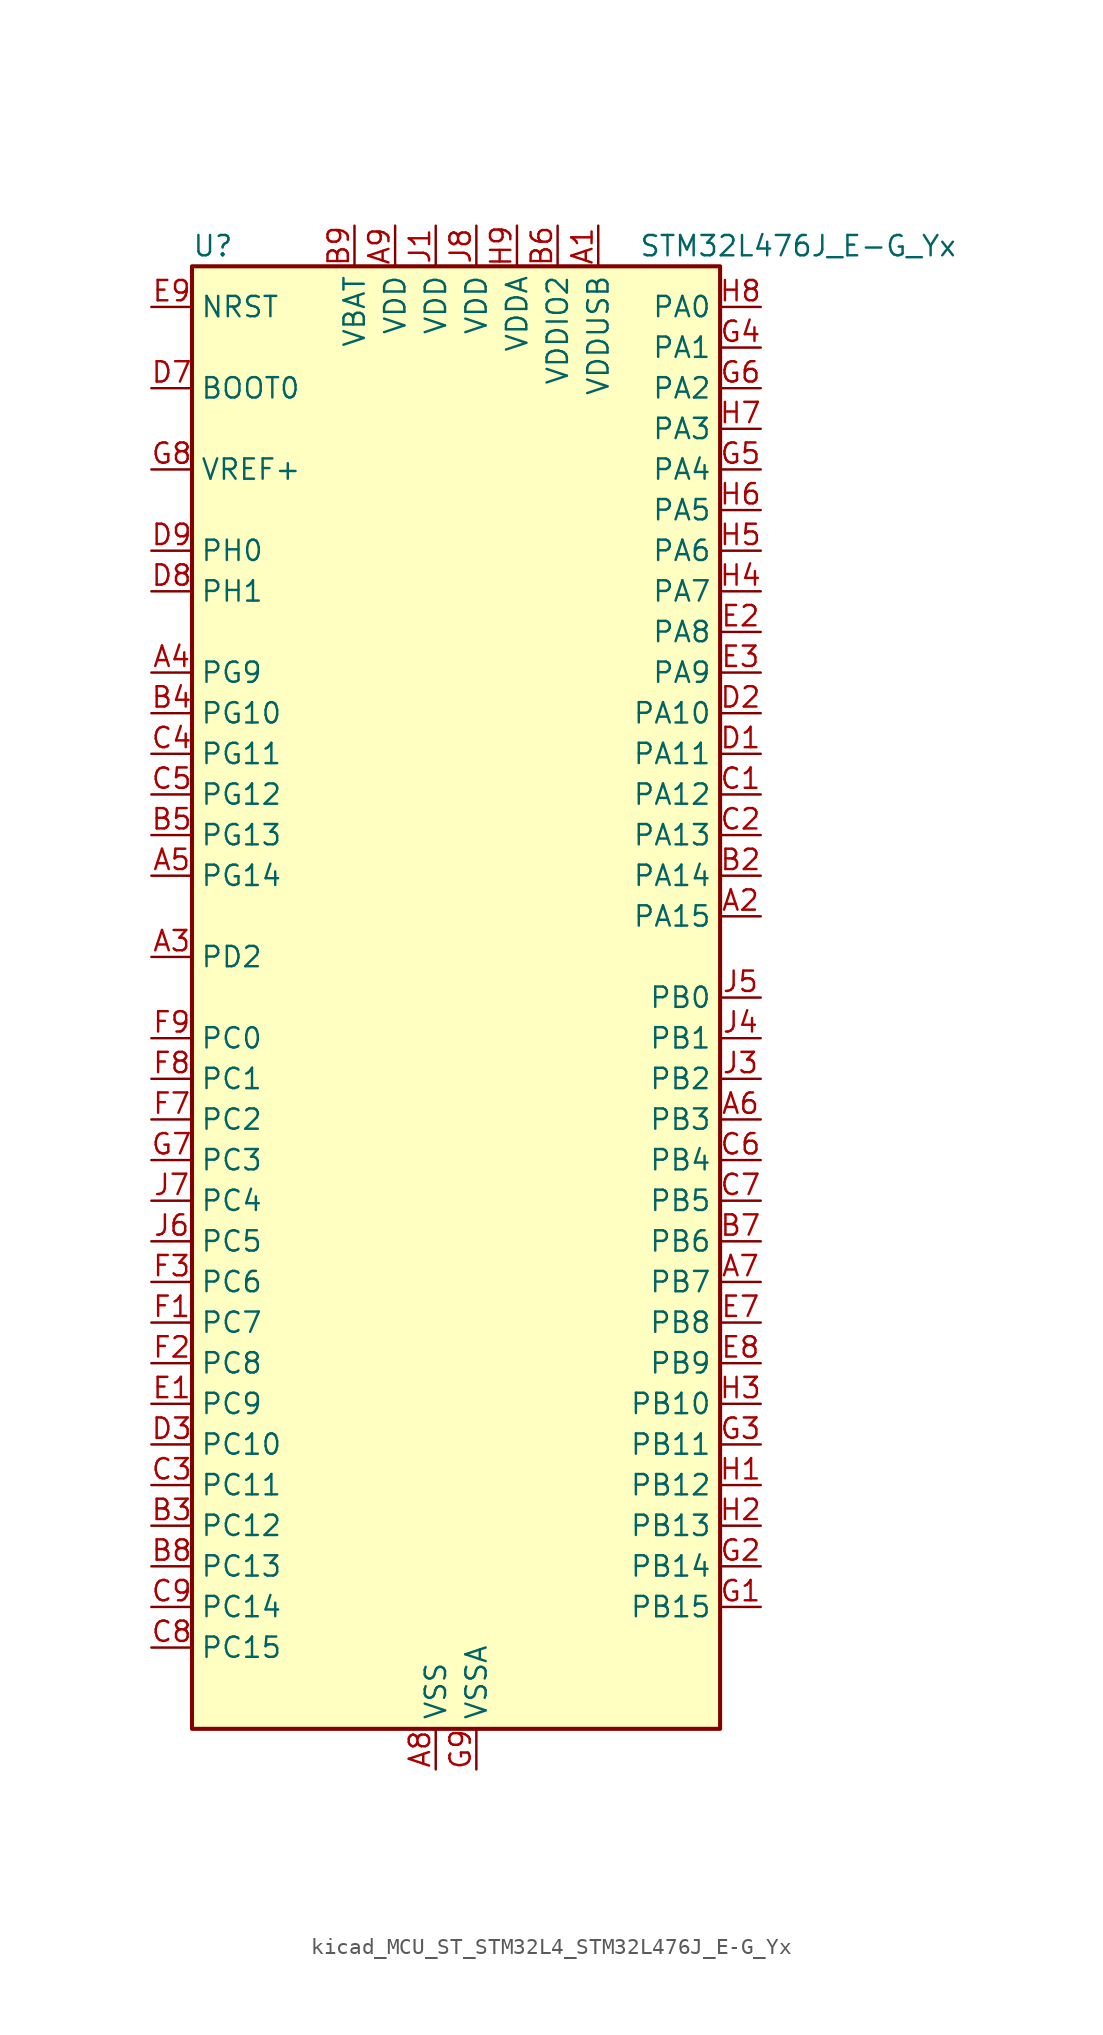
<source format=kicad_sym>
(kicad_symbol_lib
  (version 20220914)
  (generator kicad_symbol_editor)
  (symbol "kicad_MCU_ST_STM32L4_STM32L476J_E-G_Yx"
    (property "Reference" "U"
      (at -15.24 46.99 0)
      (effects (font (size 1.27 1.27)) (justify left)))
    (property "Value" "STM32L476J_E-G_Yx"
      (at 12.7 46.99 0)
      (effects (font (size 1.27 1.27)) (justify left)))
    (property "ki_locked" ""
      (at 0 0 0)
      (effects (font (size 1.27 1.27))))
    (symbol "kicad_MCU_ST_STM32L4_STM32L476J_E-G_Yx_0_1"
      (rectangle (start -15.24 -45.72) (end 17.78 45.72) (stroke (width 0.254) (type default)) (fill (type background))))
    (symbol "kicad_MCU_ST_STM32L4_STM32L476J_E-G_Yx_1_1"
      (pin power_in line (at 10.16 48.26 270) (length 2.54) (name "VDDUSB" (effects (font (size 1.27 1.27)))) (number "A1" (effects (font (size 1.27 1.27)))))
      (pin bidirectional line (at 20.32 5.08 180) (length 2.54) (name "PA15" (effects (font (size 1.27 1.27)))) (number "A2" (effects (font (size 1.27 1.27)))) (alternate "ADC1_EXTI15" bidirectional line) (alternate "ADC2_EXTI15" bidirectional line) (alternate "ADC3_EXTI15" bidirectional line) (alternate "LCD_SEG17" bidirectional line) (alternate "SAI2_FS_B" bidirectional line) (alternate "SPI1_NSS" bidirectional line) (alternate "SPI3_NSS" bidirectional line) (alternate "SYS_JTDI" bidirectional line) (alternate "TIM2_CH1" bidirectional line) (alternate "TIM2_ETR" bidirectional line) (alternate "TSC_G3_IO1" bidirectional line) (alternate "UART4_DE" bidirectional line) (alternate "UART4_RTS" bidirectional line))
      (pin bidirectional line (at -17.78 2.54 0) (length 2.54) (name "PD2" (effects (font (size 1.27 1.27)))) (number "A3" (effects (font (size 1.27 1.27)))) (alternate "LCD_COM7" bidirectional line) (alternate "LCD_SEG31" bidirectional line) (alternate "LCD_SEG43" bidirectional line) (alternate "SDMMC1_CMD" bidirectional line) (alternate "TIM3_ETR" bidirectional line) (alternate "TSC_SYNC" bidirectional line) (alternate "UART5_RX" bidirectional line) (alternate "USART3_DE" bidirectional line) (alternate "USART3_RTS" bidirectional line))
      (pin bidirectional line (at -17.78 20.32 0) (length 2.54) (name "PG9" (effects (font (size 1.27 1.27)))) (number "A4" (effects (font (size 1.27 1.27)))) (alternate "DAC1_EXTI9" bidirectional line) (alternate "SAI2_SCK_A" bidirectional line) (alternate "SPI3_SCK" bidirectional line) (alternate "TIM15_CH1N" bidirectional line) (alternate "USART1_TX" bidirectional line))
      (pin bidirectional line (at -17.78 7.62 0) (length 2.54) (name "PG14" (effects (font (size 1.27 1.27)))) (number "A5" (effects (font (size 1.27 1.27)))) (alternate "I2C1_SCL" bidirectional line))
      (pin bidirectional line (at 20.32 -7.62 180) (length 2.54) (name "PB3" (effects (font (size 1.27 1.27)))) (number "A6" (effects (font (size 1.27 1.27)))) (alternate "COMP2_INM" bidirectional line) (alternate "LCD_SEG7" bidirectional line) (alternate "SAI1_SCK_B" bidirectional line) (alternate "SPI1_SCK" bidirectional line) (alternate "SPI3_SCK" bidirectional line) (alternate "SYS_JTDO-SWO" bidirectional line) (alternate "TIM2_CH2" bidirectional line) (alternate "USART1_DE" bidirectional line) (alternate "USART1_RTS" bidirectional line))
      (pin bidirectional line (at 20.32 -17.78 180) (length 2.54) (name "PB7" (effects (font (size 1.27 1.27)))) (number "A7" (effects (font (size 1.27 1.27)))) (alternate "COMP2_INM" bidirectional line) (alternate "DFSDM1_CKIN5" bidirectional line) (alternate "I2C1_SDA" bidirectional line) (alternate "LCD_SEG21" bidirectional line) (alternate "LPTIM1_IN2" bidirectional line) (alternate "SYS_PVD_IN" bidirectional line) (alternate "TIM17_CH1N" bidirectional line) (alternate "TIM4_CH2" bidirectional line) (alternate "TIM8_BKIN" bidirectional line) (alternate "TIM8_BKIN_COMP1" bidirectional line) (alternate "TSC_G2_IO4" bidirectional line) (alternate "UART4_CTS" bidirectional line) (alternate "USART1_RX" bidirectional line))
      (pin power_in line (at 0 -48.26 90) (length 2.54) (name "VSS" (effects (font (size 1.27 1.27)))) (number "A8" (effects (font (size 1.27 1.27)))))
      (pin power_in line (at -2.54 48.26 270) (length 2.54) (name "VDD" (effects (font (size 1.27 1.27)))) (number "A9" (effects (font (size 1.27 1.27)))))
      (pin passive line (at 0 -48.26 90) (length 2.54) hide (name "VSS" (effects (font (size 1.27 1.27)))) (number "B1" (effects (font (size 1.27 1.27)))))
      (pin bidirectional line (at 20.32 7.62 180) (length 2.54) (name "PA14" (effects (font (size 1.27 1.27)))) (number "B2" (effects (font (size 1.27 1.27)))) (alternate "SYS_JTCK-SWCLK" bidirectional line))
      (pin bidirectional line (at -17.78 -33.02 0) (length 2.54) (name "PC12" (effects (font (size 1.27 1.27)))) (number "B3" (effects (font (size 1.27 1.27)))) (alternate "LCD_COM6" bidirectional line) (alternate "LCD_SEG30" bidirectional line) (alternate "LCD_SEG42" bidirectional line) (alternate "SAI2_SD_B" bidirectional line) (alternate "SDMMC1_CK" bidirectional line) (alternate "SPI3_MOSI" bidirectional line) (alternate "TSC_G3_IO4" bidirectional line) (alternate "UART5_TX" bidirectional line) (alternate "USART3_CK" bidirectional line))
      (pin bidirectional line (at -17.78 17.78 0) (length 2.54) (name "PG10" (effects (font (size 1.27 1.27)))) (number "B4" (effects (font (size 1.27 1.27)))) (alternate "LPTIM1_IN1" bidirectional line) (alternate "SAI2_FS_A" bidirectional line) (alternate "SPI3_MISO" bidirectional line) (alternate "TIM15_CH1" bidirectional line) (alternate "USART1_RX" bidirectional line))
      (pin bidirectional line (at -17.78 10.16 0) (length 2.54) (name "PG13" (effects (font (size 1.27 1.27)))) (number "B5" (effects (font (size 1.27 1.27)))) (alternate "I2C1_SDA" bidirectional line) (alternate "USART1_CK" bidirectional line))
      (pin power_in line (at 7.62 48.26 270) (length 2.54) (name "VDDIO2" (effects (font (size 1.27 1.27)))) (number "B6" (effects (font (size 1.27 1.27)))))
      (pin bidirectional line (at 20.32 -15.24 180) (length 2.54) (name "PB6" (effects (font (size 1.27 1.27)))) (number "B7" (effects (font (size 1.27 1.27)))) (alternate "COMP2_INP" bidirectional line) (alternate "DFSDM1_DATIN5" bidirectional line) (alternate "I2C1_SCL" bidirectional line) (alternate "LPTIM1_ETR" bidirectional line) (alternate "SAI1_FS_B" bidirectional line) (alternate "TIM16_CH1N" bidirectional line) (alternate "TIM4_CH1" bidirectional line) (alternate "TIM8_BKIN2" bidirectional line) (alternate "TIM8_BKIN2_COMP2" bidirectional line) (alternate "TSC_G2_IO3" bidirectional line) (alternate "USART1_TX" bidirectional line))
      (pin bidirectional line (at -17.78 -35.56 0) (length 2.54) (name "PC13" (effects (font (size 1.27 1.27)))) (number "B8" (effects (font (size 1.27 1.27)))) (alternate "RTC_OUT_ALARM" bidirectional line) (alternate "RTC_OUT_CALIB" bidirectional line) (alternate "RTC_TAMP1" bidirectional line) (alternate "RTC_TS" bidirectional line) (alternate "SYS_WKUP2" bidirectional line))
      (pin power_in line (at -5.08 48.26 270) (length 2.54) (name "VBAT" (effects (font (size 1.27 1.27)))) (number "B9" (effects (font (size 1.27 1.27)))))
      (pin bidirectional line (at 20.32 12.7 180) (length 2.54) (name "PA12" (effects (font (size 1.27 1.27)))) (number "C1" (effects (font (size 1.27 1.27)))) (alternate "CAN1_TX" bidirectional line) (alternate "TIM1_ETR" bidirectional line) (alternate "USART1_DE" bidirectional line) (alternate "USART1_RTS" bidirectional line) (alternate "USB_OTG_FS_DP" bidirectional line))
      (pin bidirectional line (at 20.32 10.16 180) (length 2.54) (name "PA13" (effects (font (size 1.27 1.27)))) (number "C2" (effects (font (size 1.27 1.27)))) (alternate "IR_OUT" bidirectional line) (alternate "SYS_JTMS-SWDIO" bidirectional line) (alternate "USB_OTG_FS_NOE" bidirectional line))
      (pin bidirectional line (at -17.78 -30.48 0) (length 2.54) (name "PC11" (effects (font (size 1.27 1.27)))) (number "C3" (effects (font (size 1.27 1.27)))) (alternate "ADC1_EXTI11" bidirectional line) (alternate "ADC2_EXTI11" bidirectional line) (alternate "ADC3_EXTI11" bidirectional line) (alternate "LCD_COM5" bidirectional line) (alternate "LCD_SEG29" bidirectional line) (alternate "LCD_SEG41" bidirectional line) (alternate "SAI2_MCLK_B" bidirectional line) (alternate "SDMMC1_D3" bidirectional line) (alternate "SPI3_MISO" bidirectional line) (alternate "TSC_G3_IO3" bidirectional line) (alternate "UART4_RX" bidirectional line) (alternate "USART3_RX" bidirectional line))
      (pin bidirectional line (at -17.78 15.24 0) (length 2.54) (name "PG11" (effects (font (size 1.27 1.27)))) (number "C4" (effects (font (size 1.27 1.27)))) (alternate "ADC1_EXTI11" bidirectional line) (alternate "ADC2_EXTI11" bidirectional line) (alternate "ADC3_EXTI11" bidirectional line) (alternate "LPTIM1_IN2" bidirectional line) (alternate "SAI2_MCLK_A" bidirectional line) (alternate "SPI3_MOSI" bidirectional line) (alternate "TIM15_CH2" bidirectional line) (alternate "USART1_CTS" bidirectional line))
      (pin bidirectional line (at -17.78 12.7 0) (length 2.54) (name "PG12" (effects (font (size 1.27 1.27)))) (number "C5" (effects (font (size 1.27 1.27)))) (alternate "LPTIM1_ETR" bidirectional line) (alternate "SAI2_SD_A" bidirectional line) (alternate "SPI3_NSS" bidirectional line) (alternate "USART1_DE" bidirectional line) (alternate "USART1_RTS" bidirectional line))
      (pin bidirectional line (at 20.32 -10.16 180) (length 2.54) (name "PB4" (effects (font (size 1.27 1.27)))) (number "C6" (effects (font (size 1.27 1.27)))) (alternate "COMP2_INP" bidirectional line) (alternate "LCD_SEG8" bidirectional line) (alternate "SAI1_MCLK_B" bidirectional line) (alternate "SPI1_MISO" bidirectional line) (alternate "SPI3_MISO" bidirectional line) (alternate "SYS_JTRST" bidirectional line) (alternate "TIM17_BKIN" bidirectional line) (alternate "TIM3_CH1" bidirectional line) (alternate "TSC_G2_IO1" bidirectional line) (alternate "UART5_DE" bidirectional line) (alternate "UART5_RTS" bidirectional line) (alternate "USART1_CTS" bidirectional line))
      (pin bidirectional line (at 20.32 -12.7 180) (length 2.54) (name "PB5" (effects (font (size 1.27 1.27)))) (number "C7" (effects (font (size 1.27 1.27)))) (alternate "COMP2_OUT" bidirectional line) (alternate "I2C1_SMBA" bidirectional line) (alternate "LCD_SEG9" bidirectional line) (alternate "LPTIM1_IN1" bidirectional line) (alternate "SAI1_SD_B" bidirectional line) (alternate "SPI1_MOSI" bidirectional line) (alternate "SPI3_MOSI" bidirectional line) (alternate "TIM16_BKIN" bidirectional line) (alternate "TIM3_CH2" bidirectional line) (alternate "TSC_G2_IO2" bidirectional line) (alternate "UART5_CTS" bidirectional line) (alternate "USART1_CK" bidirectional line))
      (pin bidirectional line (at -17.78 -40.64 0) (length 2.54) (name "PC15" (effects (font (size 1.27 1.27)))) (number "C8" (effects (font (size 1.27 1.27)))) (alternate "ADC1_EXTI15" bidirectional line) (alternate "ADC2_EXTI15" bidirectional line) (alternate "ADC3_EXTI15" bidirectional line) (alternate "RCC_OSC32_OUT" bidirectional line))
      (pin bidirectional line (at -17.78 -38.1 0) (length 2.54) (name "PC14" (effects (font (size 1.27 1.27)))) (number "C9" (effects (font (size 1.27 1.27)))) (alternate "RCC_OSC32_IN" bidirectional line))
      (pin bidirectional line (at 20.32 15.24 180) (length 2.54) (name "PA11" (effects (font (size 1.27 1.27)))) (number "D1" (effects (font (size 1.27 1.27)))) (alternate "ADC1_EXTI11" bidirectional line) (alternate "ADC2_EXTI11" bidirectional line) (alternate "ADC3_EXTI11" bidirectional line) (alternate "CAN1_RX" bidirectional line) (alternate "TIM1_BKIN2" bidirectional line) (alternate "TIM1_BKIN2_COMP1" bidirectional line) (alternate "TIM1_CH4" bidirectional line) (alternate "USART1_CTS" bidirectional line) (alternate "USB_OTG_FS_DM" bidirectional line))
      (pin bidirectional line (at 20.32 17.78 180) (length 2.54) (name "PA10" (effects (font (size 1.27 1.27)))) (number "D2" (effects (font (size 1.27 1.27)))) (alternate "LCD_COM2" bidirectional line) (alternate "TIM17_BKIN" bidirectional line) (alternate "TIM1_CH3" bidirectional line) (alternate "USART1_RX" bidirectional line) (alternate "USB_OTG_FS_ID" bidirectional line))
      (pin bidirectional line (at -17.78 -27.94 0) (length 2.54) (name "PC10" (effects (font (size 1.27 1.27)))) (number "D3" (effects (font (size 1.27 1.27)))) (alternate "LCD_COM4" bidirectional line) (alternate "LCD_SEG28" bidirectional line) (alternate "LCD_SEG40" bidirectional line) (alternate "SAI2_SCK_B" bidirectional line) (alternate "SDMMC1_D2" bidirectional line) (alternate "SPI3_SCK" bidirectional line) (alternate "TSC_G3_IO2" bidirectional line) (alternate "UART4_TX" bidirectional line) (alternate "USART3_TX" bidirectional line))
      (pin input line (at -17.78 38.1 0) (length 2.54) (name "BOOT0" (effects (font (size 1.27 1.27)))) (number "D7" (effects (font (size 1.27 1.27)))))
      (pin bidirectional line (at -17.78 25.4 0) (length 2.54) (name "PH1" (effects (font (size 1.27 1.27)))) (number "D8" (effects (font (size 1.27 1.27)))) (alternate "RCC_OSC_OUT" bidirectional line))
      (pin bidirectional line (at -17.78 27.94 0) (length 2.54) (name "PH0" (effects (font (size 1.27 1.27)))) (number "D9" (effects (font (size 1.27 1.27)))) (alternate "RCC_OSC_IN" bidirectional line))
      (pin bidirectional line (at -17.78 -25.4 0) (length 2.54) (name "PC9" (effects (font (size 1.27 1.27)))) (number "E1" (effects (font (size 1.27 1.27)))) (alternate "DAC1_EXTI9" bidirectional line) (alternate "LCD_SEG27" bidirectional line) (alternate "SAI2_EXTCLK" bidirectional line) (alternate "SDMMC1_D1" bidirectional line) (alternate "TIM3_CH4" bidirectional line) (alternate "TIM8_BKIN2" bidirectional line) (alternate "TIM8_BKIN2_COMP1" bidirectional line) (alternate "TIM8_CH4" bidirectional line) (alternate "TSC_G4_IO4" bidirectional line) (alternate "USB_OTG_FS_NOE" bidirectional line))
      (pin bidirectional line (at 20.32 22.86 180) (length 2.54) (name "PA8" (effects (font (size 1.27 1.27)))) (number "E2" (effects (font (size 1.27 1.27)))) (alternate "LCD_COM0" bidirectional line) (alternate "LPTIM2_OUT" bidirectional line) (alternate "RCC_MCO" bidirectional line) (alternate "TIM1_CH1" bidirectional line) (alternate "USART1_CK" bidirectional line) (alternate "USB_OTG_FS_SOF" bidirectional line))
      (pin bidirectional line (at 20.32 20.32 180) (length 2.54) (name "PA9" (effects (font (size 1.27 1.27)))) (number "E3" (effects (font (size 1.27 1.27)))) (alternate "DAC1_EXTI9" bidirectional line) (alternate "LCD_COM1" bidirectional line) (alternate "TIM15_BKIN" bidirectional line) (alternate "TIM1_CH2" bidirectional line) (alternate "USART1_TX" bidirectional line) (alternate "USB_OTG_FS_VBUS" bidirectional line))
      (pin bidirectional line (at 20.32 -20.32 180) (length 2.54) (name "PB8" (effects (font (size 1.27 1.27)))) (number "E7" (effects (font (size 1.27 1.27)))) (alternate "CAN1_RX" bidirectional line) (alternate "DFSDM1_DATIN6" bidirectional line) (alternate "I2C1_SCL" bidirectional line) (alternate "LCD_SEG16" bidirectional line) (alternate "SAI1_MCLK_A" bidirectional line) (alternate "SDMMC1_D4" bidirectional line) (alternate "TIM16_CH1" bidirectional line) (alternate "TIM4_CH3" bidirectional line))
      (pin bidirectional line (at 20.32 -22.86 180) (length 2.54) (name "PB9" (effects (font (size 1.27 1.27)))) (number "E8" (effects (font (size 1.27 1.27)))) (alternate "CAN1_TX" bidirectional line) (alternate "DAC1_EXTI9" bidirectional line) (alternate "DFSDM1_CKIN6" bidirectional line) (alternate "I2C1_SDA" bidirectional line) (alternate "IR_OUT" bidirectional line) (alternate "LCD_COM3" bidirectional line) (alternate "SAI1_FS_A" bidirectional line) (alternate "SDMMC1_D5" bidirectional line) (alternate "SPI2_NSS" bidirectional line) (alternate "TIM17_CH1" bidirectional line) (alternate "TIM4_CH4" bidirectional line))
      (pin input line (at -17.78 43.18 0) (length 2.54) (name "NRST" (effects (font (size 1.27 1.27)))) (number "E9" (effects (font (size 1.27 1.27)))))
      (pin bidirectional line (at -17.78 -20.32 0) (length 2.54) (name "PC7" (effects (font (size 1.27 1.27)))) (number "F1" (effects (font (size 1.27 1.27)))) (alternate "DFSDM1_DATIN3" bidirectional line) (alternate "LCD_SEG25" bidirectional line) (alternate "SAI2_MCLK_B" bidirectional line) (alternate "SDMMC1_D7" bidirectional line) (alternate "TIM3_CH2" bidirectional line) (alternate "TIM8_CH2" bidirectional line) (alternate "TSC_G4_IO2" bidirectional line))
      (pin bidirectional line (at -17.78 -22.86 0) (length 2.54) (name "PC8" (effects (font (size 1.27 1.27)))) (number "F2" (effects (font (size 1.27 1.27)))) (alternate "LCD_SEG26" bidirectional line) (alternate "SDMMC1_D0" bidirectional line) (alternate "TIM3_CH3" bidirectional line) (alternate "TIM8_CH3" bidirectional line) (alternate "TSC_G4_IO3" bidirectional line))
      (pin bidirectional line (at -17.78 -17.78 0) (length 2.54) (name "PC6" (effects (font (size 1.27 1.27)))) (number "F3" (effects (font (size 1.27 1.27)))) (alternate "DFSDM1_CKIN3" bidirectional line) (alternate "LCD_SEG24" bidirectional line) (alternate "SAI2_MCLK_A" bidirectional line) (alternate "SDMMC1_D6" bidirectional line) (alternate "TIM3_CH1" bidirectional line) (alternate "TIM8_CH1" bidirectional line) (alternate "TSC_G4_IO1" bidirectional line))
      (pin bidirectional line (at -17.78 -7.62 0) (length 2.54) (name "PC2" (effects (font (size 1.27 1.27)))) (number "F7" (effects (font (size 1.27 1.27)))) (alternate "ADC1_IN3" bidirectional line) (alternate "ADC2_IN3" bidirectional line) (alternate "ADC3_IN3" bidirectional line) (alternate "DFSDM1_CKOUT" bidirectional line) (alternate "LCD_SEG20" bidirectional line) (alternate "LPTIM1_IN2" bidirectional line) (alternate "SPI2_MISO" bidirectional line))
      (pin bidirectional line (at -17.78 -5.08 0) (length 2.54) (name "PC1" (effects (font (size 1.27 1.27)))) (number "F8" (effects (font (size 1.27 1.27)))) (alternate "ADC1_IN2" bidirectional line) (alternate "ADC2_IN2" bidirectional line) (alternate "ADC3_IN2" bidirectional line) (alternate "DFSDM1_CKIN4" bidirectional line) (alternate "I2C3_SDA" bidirectional line) (alternate "LCD_SEG19" bidirectional line) (alternate "LPTIM1_OUT" bidirectional line) (alternate "LPUART1_TX" bidirectional line))
      (pin bidirectional line (at -17.78 -2.54 0) (length 2.54) (name "PC0" (effects (font (size 1.27 1.27)))) (number "F9" (effects (font (size 1.27 1.27)))) (alternate "ADC1_IN1" bidirectional line) (alternate "ADC2_IN1" bidirectional line) (alternate "ADC3_IN1" bidirectional line) (alternate "DFSDM1_DATIN4" bidirectional line) (alternate "I2C3_SCL" bidirectional line) (alternate "LCD_SEG18" bidirectional line) (alternate "LPTIM1_IN1" bidirectional line) (alternate "LPTIM2_IN1" bidirectional line) (alternate "LPUART1_RX" bidirectional line))
      (pin bidirectional line (at 20.32 -38.1 180) (length 2.54) (name "PB15" (effects (font (size 1.27 1.27)))) (number "G1" (effects (font (size 1.27 1.27)))) (alternate "ADC1_EXTI15" bidirectional line) (alternate "ADC2_EXTI15" bidirectional line) (alternate "ADC3_EXTI15" bidirectional line) (alternate "DFSDM1_CKIN2" bidirectional line) (alternate "LCD_SEG15" bidirectional line) (alternate "RTC_REFIN" bidirectional line) (alternate "SAI2_SD_A" bidirectional line) (alternate "SPI2_MOSI" bidirectional line) (alternate "SWPMI1_SUSPEND" bidirectional line) (alternate "TIM15_CH2" bidirectional line) (alternate "TIM1_CH3N" bidirectional line) (alternate "TIM8_CH3N" bidirectional line) (alternate "TSC_G1_IO4" bidirectional line))
      (pin bidirectional line (at 20.32 -35.56 180) (length 2.54) (name "PB14" (effects (font (size 1.27 1.27)))) (number "G2" (effects (font (size 1.27 1.27)))) (alternate "DFSDM1_DATIN2" bidirectional line) (alternate "I2C2_SDA" bidirectional line) (alternate "LCD_SEG14" bidirectional line) (alternate "SAI2_MCLK_A" bidirectional line) (alternate "SPI2_MISO" bidirectional line) (alternate "SWPMI1_RX" bidirectional line) (alternate "TIM15_CH1" bidirectional line) (alternate "TIM1_CH2N" bidirectional line) (alternate "TIM8_CH2N" bidirectional line) (alternate "TSC_G1_IO3" bidirectional line) (alternate "USART3_DE" bidirectional line) (alternate "USART3_RTS" bidirectional line))
      (pin bidirectional line (at 20.32 -27.94 180) (length 2.54) (name "PB11" (effects (font (size 1.27 1.27)))) (number "G3" (effects (font (size 1.27 1.27)))) (alternate "ADC1_EXTI11" bidirectional line) (alternate "ADC2_EXTI11" bidirectional line) (alternate "ADC3_EXTI11" bidirectional line) (alternate "COMP2_OUT" bidirectional line) (alternate "DFSDM1_CKIN7" bidirectional line) (alternate "I2C2_SDA" bidirectional line) (alternate "LCD_SEG11" bidirectional line) (alternate "LPUART1_TX" bidirectional line) (alternate "QUADSPI_NCS" bidirectional line) (alternate "TIM2_CH4" bidirectional line) (alternate "USART3_RX" bidirectional line))
      (pin bidirectional line (at 20.32 40.64 180) (length 2.54) (name "PA1" (effects (font (size 1.27 1.27)))) (number "G4" (effects (font (size 1.27 1.27)))) (alternate "ADC1_IN6" bidirectional line) (alternate "ADC2_IN6" bidirectional line) (alternate "LCD_SEG0" bidirectional line) (alternate "OPAMP1_VINM" bidirectional line) (alternate "TIM15_CH1N" bidirectional line) (alternate "TIM2_CH2" bidirectional line) (alternate "TIM5_CH2" bidirectional line) (alternate "UART4_RX" bidirectional line) (alternate "USART2_DE" bidirectional line) (alternate "USART2_RTS" bidirectional line))
      (pin bidirectional line (at 20.32 33.02 180) (length 2.54) (name "PA4" (effects (font (size 1.27 1.27)))) (number "G5" (effects (font (size 1.27 1.27)))) (alternate "ADC1_IN9" bidirectional line) (alternate "ADC2_IN9" bidirectional line) (alternate "DAC1_OUT1" bidirectional line) (alternate "LPTIM2_OUT" bidirectional line) (alternate "SAI1_FS_B" bidirectional line) (alternate "SPI1_NSS" bidirectional line) (alternate "SPI3_NSS" bidirectional line) (alternate "USART2_CK" bidirectional line))
      (pin bidirectional line (at 20.32 38.1 180) (length 2.54) (name "PA2" (effects (font (size 1.27 1.27)))) (number "G6" (effects (font (size 1.27 1.27)))) (alternate "ADC1_IN7" bidirectional line) (alternate "ADC2_IN7" bidirectional line) (alternate "LCD_SEG1" bidirectional line) (alternate "RCC_LSCO" bidirectional line) (alternate "SAI2_EXTCLK" bidirectional line) (alternate "SYS_WKUP4" bidirectional line) (alternate "TIM15_CH1" bidirectional line) (alternate "TIM2_CH3" bidirectional line) (alternate "TIM5_CH3" bidirectional line) (alternate "USART2_TX" bidirectional line))
      (pin bidirectional line (at -17.78 -10.16 0) (length 2.54) (name "PC3" (effects (font (size 1.27 1.27)))) (number "G7" (effects (font (size 1.27 1.27)))) (alternate "ADC1_IN4" bidirectional line) (alternate "ADC2_IN4" bidirectional line) (alternate "ADC3_IN4" bidirectional line) (alternate "LCD_VLCD" bidirectional line) (alternate "LPTIM1_ETR" bidirectional line) (alternate "LPTIM2_ETR" bidirectional line) (alternate "SAI1_SD_A" bidirectional line) (alternate "SPI2_MOSI" bidirectional line))
      (pin input line (at -17.78 33.02 0) (length 2.54) (name "VREF+" (effects (font (size 1.27 1.27)))) (number "G8" (effects (font (size 1.27 1.27)))) (alternate "VREFBUF_OUT" bidirectional line))
      (pin power_in line (at 2.54 -48.26 90) (length 2.54) (name "VSSA" (effects (font (size 1.27 1.27)))) (number "G9" (effects (font (size 1.27 1.27)))))
      (pin bidirectional line (at 20.32 -30.48 180) (length 2.54) (name "PB12" (effects (font (size 1.27 1.27)))) (number "H1" (effects (font (size 1.27 1.27)))) (alternate "DFSDM1_DATIN1" bidirectional line) (alternate "I2C2_SMBA" bidirectional line) (alternate "LCD_SEG12" bidirectional line) (alternate "LPUART1_DE" bidirectional line) (alternate "LPUART1_RTS" bidirectional line) (alternate "SAI2_FS_A" bidirectional line) (alternate "SPI2_NSS" bidirectional line) (alternate "SWPMI1_IO" bidirectional line) (alternate "TIM15_BKIN" bidirectional line) (alternate "TIM1_BKIN" bidirectional line) (alternate "TIM1_BKIN_COMP2" bidirectional line) (alternate "TSC_G1_IO1" bidirectional line) (alternate "USART3_CK" bidirectional line))
      (pin bidirectional line (at 20.32 -33.02 180) (length 2.54) (name "PB13" (effects (font (size 1.27 1.27)))) (number "H2" (effects (font (size 1.27 1.27)))) (alternate "DFSDM1_CKIN1" bidirectional line) (alternate "I2C2_SCL" bidirectional line) (alternate "LCD_SEG13" bidirectional line) (alternate "LPUART1_CTS" bidirectional line) (alternate "SAI2_SCK_A" bidirectional line) (alternate "SPI2_SCK" bidirectional line) (alternate "SWPMI1_TX" bidirectional line) (alternate "TIM15_CH1N" bidirectional line) (alternate "TIM1_CH1N" bidirectional line) (alternate "TSC_G1_IO2" bidirectional line) (alternate "USART3_CTS" bidirectional line))
      (pin bidirectional line (at 20.32 -25.4 180) (length 2.54) (name "PB10" (effects (font (size 1.27 1.27)))) (number "H3" (effects (font (size 1.27 1.27)))) (alternate "COMP1_OUT" bidirectional line) (alternate "DFSDM1_DATIN7" bidirectional line) (alternate "I2C2_SCL" bidirectional line) (alternate "LCD_SEG10" bidirectional line) (alternate "LPUART1_RX" bidirectional line) (alternate "QUADSPI_CLK" bidirectional line) (alternate "SAI1_SCK_A" bidirectional line) (alternate "SPI2_SCK" bidirectional line) (alternate "TIM2_CH3" bidirectional line) (alternate "USART3_TX" bidirectional line))
      (pin bidirectional line (at 20.32 25.4 180) (length 2.54) (name "PA7" (effects (font (size 1.27 1.27)))) (number "H4" (effects (font (size 1.27 1.27)))) (alternate "ADC1_IN12" bidirectional line) (alternate "ADC2_IN12" bidirectional line) (alternate "LCD_SEG4" bidirectional line) (alternate "OPAMP2_VINM" bidirectional line) (alternate "QUADSPI_BK1_IO2" bidirectional line) (alternate "SPI1_MOSI" bidirectional line) (alternate "TIM17_CH1" bidirectional line) (alternate "TIM1_CH1N" bidirectional line) (alternate "TIM3_CH2" bidirectional line) (alternate "TIM8_CH1N" bidirectional line))
      (pin bidirectional line (at 20.32 27.94 180) (length 2.54) (name "PA6" (effects (font (size 1.27 1.27)))) (number "H5" (effects (font (size 1.27 1.27)))) (alternate "ADC1_IN11" bidirectional line) (alternate "ADC2_IN11" bidirectional line) (alternate "LCD_SEG3" bidirectional line) (alternate "OPAMP2_VINP" bidirectional line) (alternate "QUADSPI_BK1_IO3" bidirectional line) (alternate "SPI1_MISO" bidirectional line) (alternate "TIM16_CH1" bidirectional line) (alternate "TIM1_BKIN" bidirectional line) (alternate "TIM1_BKIN_COMP2" bidirectional line) (alternate "TIM3_CH1" bidirectional line) (alternate "TIM8_BKIN" bidirectional line) (alternate "TIM8_BKIN_COMP2" bidirectional line) (alternate "USART3_CTS" bidirectional line))
      (pin bidirectional line (at 20.32 30.48 180) (length 2.54) (name "PA5" (effects (font (size 1.27 1.27)))) (number "H6" (effects (font (size 1.27 1.27)))) (alternate "ADC1_IN10" bidirectional line) (alternate "ADC2_IN10" bidirectional line) (alternate "DAC1_OUT2" bidirectional line) (alternate "LPTIM2_ETR" bidirectional line) (alternate "SPI1_SCK" bidirectional line) (alternate "TIM2_CH1" bidirectional line) (alternate "TIM2_ETR" bidirectional line) (alternate "TIM8_CH1N" bidirectional line))
      (pin bidirectional line (at 20.32 35.56 180) (length 2.54) (name "PA3" (effects (font (size 1.27 1.27)))) (number "H7" (effects (font (size 1.27 1.27)))) (alternate "ADC1_IN8" bidirectional line) (alternate "ADC2_IN8" bidirectional line) (alternate "LCD_SEG2" bidirectional line) (alternate "OPAMP1_VOUT" bidirectional line) (alternate "TIM15_CH2" bidirectional line) (alternate "TIM2_CH4" bidirectional line) (alternate "TIM5_CH4" bidirectional line) (alternate "USART2_RX" bidirectional line))
      (pin bidirectional line (at 20.32 43.18 180) (length 2.54) (name "PA0" (effects (font (size 1.27 1.27)))) (number "H8" (effects (font (size 1.27 1.27)))) (alternate "ADC1_IN5" bidirectional line) (alternate "ADC2_IN5" bidirectional line) (alternate "OPAMP1_VINP" bidirectional line) (alternate "RTC_TAMP2" bidirectional line) (alternate "SAI1_EXTCLK" bidirectional line) (alternate "SYS_WKUP1" bidirectional line) (alternate "TIM2_CH1" bidirectional line) (alternate "TIM2_ETR" bidirectional line) (alternate "TIM5_CH1" bidirectional line) (alternate "TIM8_ETR" bidirectional line) (alternate "UART4_TX" bidirectional line) (alternate "USART2_CTS" bidirectional line))
      (pin power_in line (at 5.08 48.26 270) (length 2.54) (name "VDDA" (effects (font (size 1.27 1.27)))) (number "H9" (effects (font (size 1.27 1.27)))))
      (pin power_in line (at 0 48.26 270) (length 2.54) (name "VDD" (effects (font (size 1.27 1.27)))) (number "J1" (effects (font (size 1.27 1.27)))))
      (pin passive line (at 0 -48.26 90) (length 2.54) hide (name "VSS" (effects (font (size 1.27 1.27)))) (number "J2" (effects (font (size 1.27 1.27)))))
      (pin bidirectional line (at 20.32 -5.08 180) (length 2.54) (name "PB2" (effects (font (size 1.27 1.27)))) (number "J3" (effects (font (size 1.27 1.27)))) (alternate "COMP1_INP" bidirectional line) (alternate "DFSDM1_CKIN0" bidirectional line) (alternate "I2C3_SMBA" bidirectional line) (alternate "LPTIM1_OUT" bidirectional line) (alternate "RTC_OUT_ALARM" bidirectional line) (alternate "RTC_OUT_CALIB" bidirectional line))
      (pin bidirectional line (at 20.32 -2.54 180) (length 2.54) (name "PB1" (effects (font (size 1.27 1.27)))) (number "J4" (effects (font (size 1.27 1.27)))) (alternate "ADC1_IN16" bidirectional line) (alternate "ADC2_IN16" bidirectional line) (alternate "COMP1_INM" bidirectional line) (alternate "DFSDM1_DATIN0" bidirectional line) (alternate "LCD_SEG6" bidirectional line) (alternate "LPTIM2_IN1" bidirectional line) (alternate "QUADSPI_BK1_IO0" bidirectional line) (alternate "TIM1_CH3N" bidirectional line) (alternate "TIM3_CH4" bidirectional line) (alternate "TIM8_CH3N" bidirectional line) (alternate "USART3_DE" bidirectional line) (alternate "USART3_RTS" bidirectional line))
      (pin bidirectional line (at 20.32 0 180) (length 2.54) (name "PB0" (effects (font (size 1.27 1.27)))) (number "J5" (effects (font (size 1.27 1.27)))) (alternate "ADC1_IN15" bidirectional line) (alternate "ADC2_IN15" bidirectional line) (alternate "COMP1_OUT" bidirectional line) (alternate "LCD_SEG5" bidirectional line) (alternate "OPAMP2_VOUT" bidirectional line) (alternate "QUADSPI_BK1_IO1" bidirectional line) (alternate "TIM1_CH2N" bidirectional line) (alternate "TIM3_CH3" bidirectional line) (alternate "TIM8_CH2N" bidirectional line) (alternate "USART3_CK" bidirectional line))
      (pin bidirectional line (at -17.78 -15.24 0) (length 2.54) (name "PC5" (effects (font (size 1.27 1.27)))) (number "J6" (effects (font (size 1.27 1.27)))) (alternate "ADC1_IN14" bidirectional line) (alternate "ADC2_IN14" bidirectional line) (alternate "COMP1_INP" bidirectional line) (alternate "LCD_SEG23" bidirectional line) (alternate "SYS_WKUP5" bidirectional line) (alternate "USART3_RX" bidirectional line))
      (pin bidirectional line (at -17.78 -12.7 0) (length 2.54) (name "PC4" (effects (font (size 1.27 1.27)))) (number "J7" (effects (font (size 1.27 1.27)))) (alternate "ADC1_IN13" bidirectional line) (alternate "ADC2_IN13" bidirectional line) (alternate "COMP1_INM" bidirectional line) (alternate "LCD_SEG22" bidirectional line) (alternate "USART3_TX" bidirectional line))
      (pin power_in line (at 2.54 48.26 270) (length 2.54) (name "VDD" (effects (font (size 1.27 1.27)))) (number "J8" (effects (font (size 1.27 1.27)))))
      (pin passive line (at 0 -48.26 90) (length 2.54) hide (name "VSS" (effects (font (size 1.27 1.27)))) (number "J9" (effects (font (size 1.27 1.27))))))))
</source>
